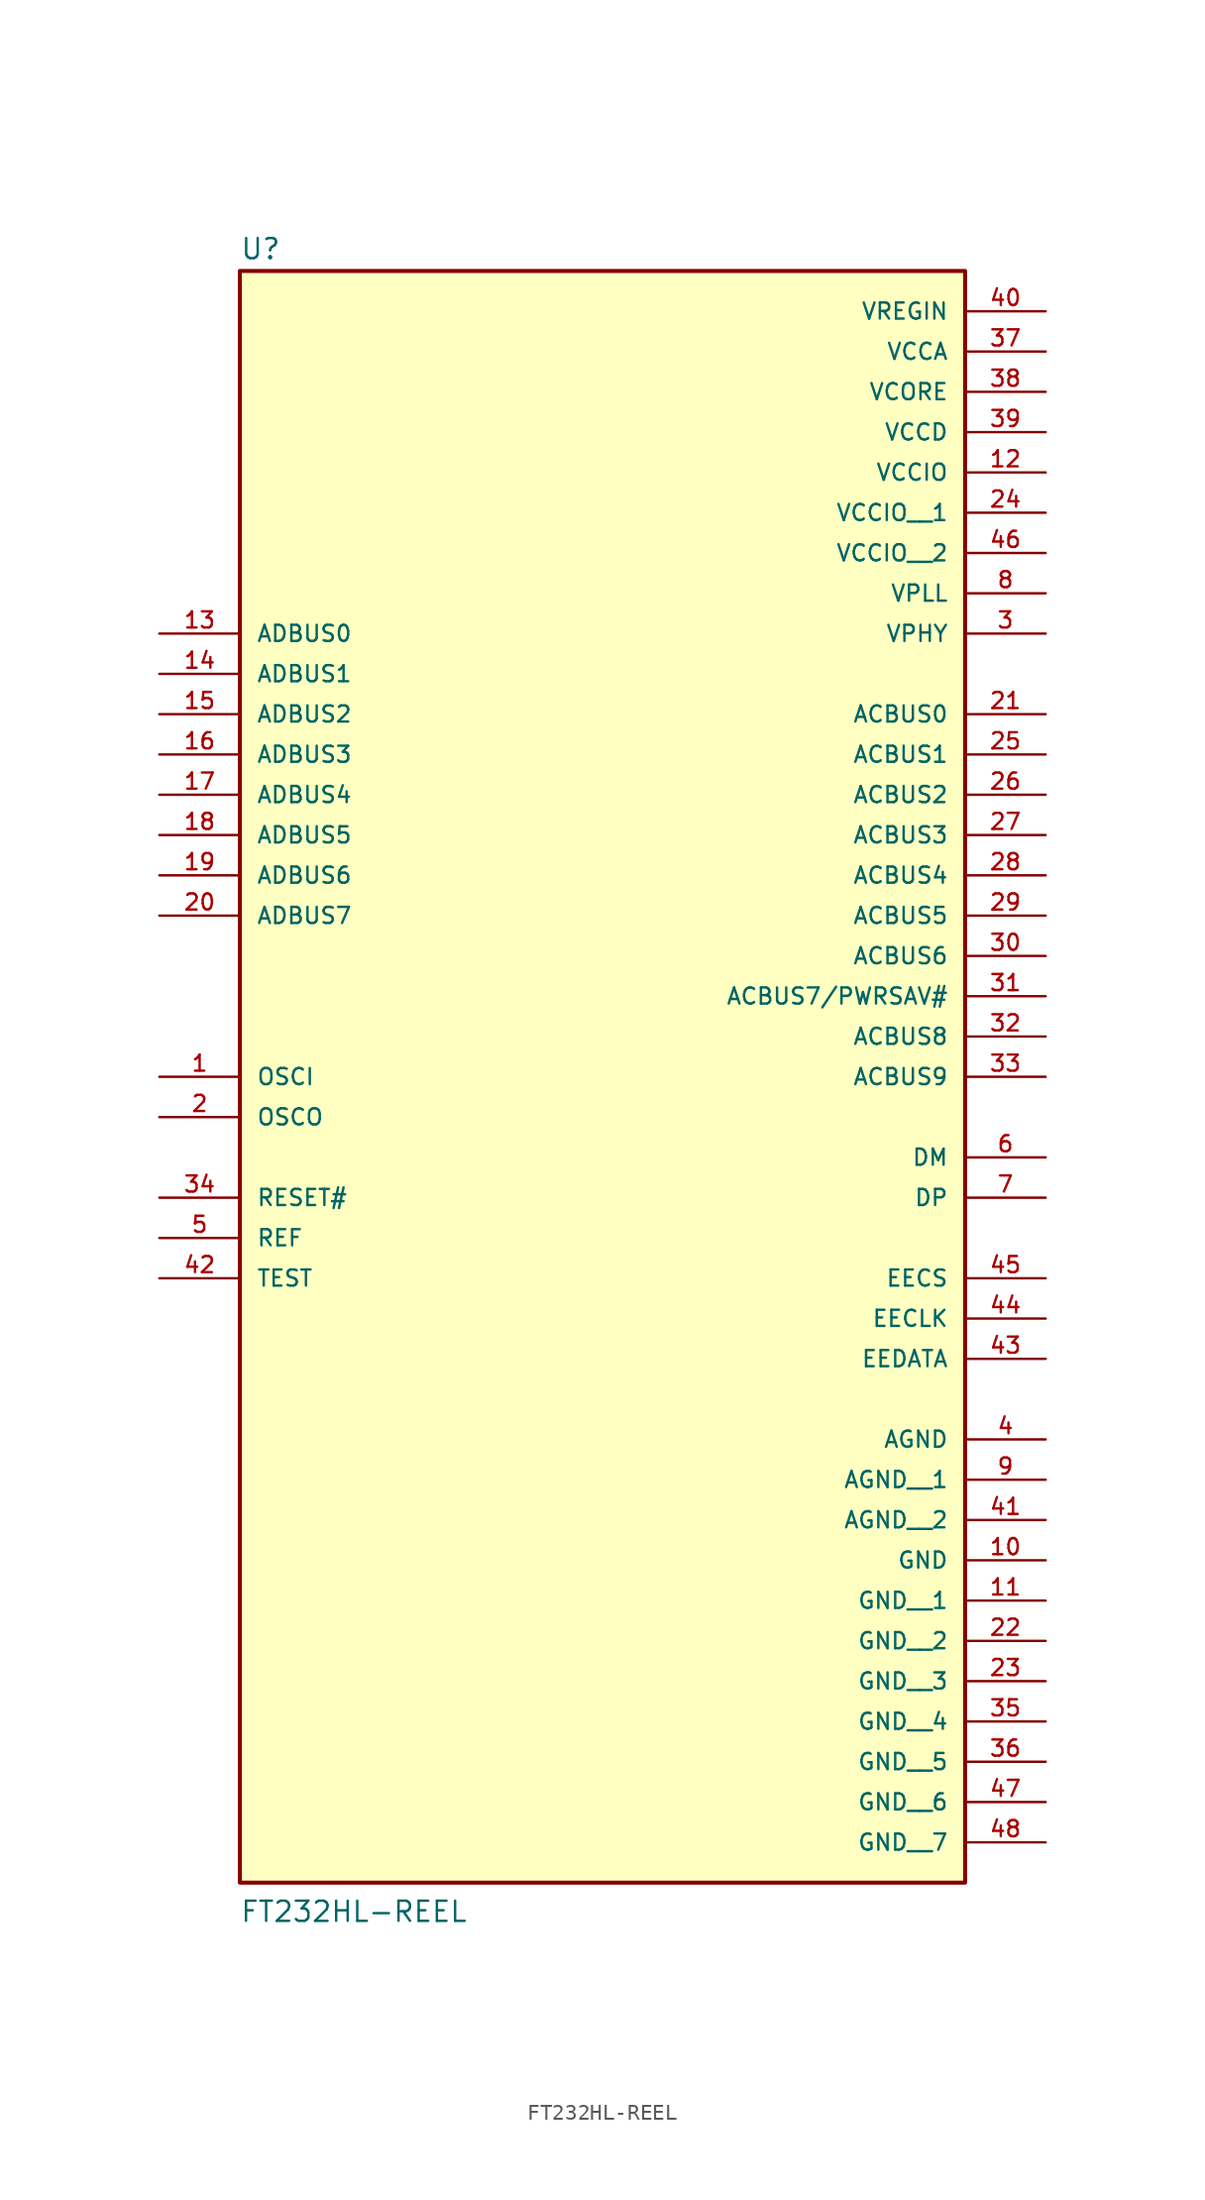
<source format=kicad_sym>
(kicad_symbol_lib
  (version 20211014)
  (generator kicad_symbol_editor)
  (symbol "FT232HL-REEL"
    (pin_names
      (offset 1.016))
    (property "Reference" "U"
      (at -22.866 36.205 0)
      (effects (font (size 1.27 1.27)) (justify bottom left)))
    (property "Value" "FT232HL-REEL"
      (at -22.878 -68.612 0)
      (effects (font (size 1.27 1.27)) (justify bottom left)))
    (symbol "FT232HL-REEL_0_0"
      (rectangle (start -22.86 -66.04) (end 22.86 35.56) (stroke (width 0.254)) (fill (type background)))
      (pin bidirectional line (at -27.94 12.7 0) (length 5.08) (name "ADBUS0" (effects (font (size 1.016 1.016)))) (number "13" (effects (font (size 1.016 1.016)))))
      (pin bidirectional line (at -27.94 10.16 0) (length 5.08) (name "ADBUS1" (effects (font (size 1.016 1.016)))) (number "14" (effects (font (size 1.016 1.016)))))
      (pin bidirectional line (at -27.94 7.62 0) (length 5.08) (name "ADBUS2" (effects (font (size 1.016 1.016)))) (number "15" (effects (font (size 1.016 1.016)))))
      (pin bidirectional line (at -27.94 5.08 0) (length 5.08) (name "ADBUS3" (effects (font (size 1.016 1.016)))) (number "16" (effects (font (size 1.016 1.016)))))
      (pin bidirectional line (at -27.94 2.54 0) (length 5.08) (name "ADBUS4" (effects (font (size 1.016 1.016)))) (number "17" (effects (font (size 1.016 1.016)))))
      (pin bidirectional line (at -27.94 0.0 0) (length 5.08) (name "ADBUS5" (effects (font (size 1.016 1.016)))) (number "18" (effects (font (size 1.016 1.016)))))
      (pin bidirectional line (at -27.94 -2.54 0) (length 5.08) (name "ADBUS6" (effects (font (size 1.016 1.016)))) (number "19" (effects (font (size 1.016 1.016)))))
      (pin bidirectional line (at -27.94 -5.08 0) (length 5.08) (name "ADBUS7" (effects (font (size 1.016 1.016)))) (number "20" (effects (font (size 1.016 1.016)))))
      (pin bidirectional line (at 27.94 7.62 180.0) (length 5.08) (name "ACBUS0" (effects (font (size 1.016 1.016)))) (number "21" (effects (font (size 1.016 1.016)))))
      (pin bidirectional line (at 27.94 5.08 180.0) (length 5.08) (name "ACBUS1" (effects (font (size 1.016 1.016)))) (number "25" (effects (font (size 1.016 1.016)))))
      (pin bidirectional line (at 27.94 2.54 180.0) (length 5.08) (name "ACBUS2" (effects (font (size 1.016 1.016)))) (number "26" (effects (font (size 1.016 1.016)))))
      (pin bidirectional line (at 27.94 0.0 180.0) (length 5.08) (name "ACBUS3" (effects (font (size 1.016 1.016)))) (number "27" (effects (font (size 1.016 1.016)))))
      (pin bidirectional line (at 27.94 -2.54 180.0) (length 5.08) (name "ACBUS4" (effects (font (size 1.016 1.016)))) (number "28" (effects (font (size 1.016 1.016)))))
      (pin bidirectional line (at 27.94 -5.08 180.0) (length 5.08) (name "ACBUS5" (effects (font (size 1.016 1.016)))) (number "29" (effects (font (size 1.016 1.016)))))
      (pin bidirectional line (at 27.94 -7.62 180.0) (length 5.08) (name "ACBUS6" (effects (font (size 1.016 1.016)))) (number "30" (effects (font (size 1.016 1.016)))))
      (pin bidirectional line (at 27.94 -10.16 180.0) (length 5.08) (name "ACBUS7/PWRSAV#" (effects (font (size 1.016 1.016)))) (number "31" (effects (font (size 1.016 1.016)))))
      (pin bidirectional line (at 27.94 -12.7 180.0) (length 5.08) (name "ACBUS8" (effects (font (size 1.016 1.016)))) (number "32" (effects (font (size 1.016 1.016)))))
      (pin bidirectional line (at 27.94 -15.24 180.0) (length 5.08) (name "ACBUS9" (effects (font (size 1.016 1.016)))) (number "33" (effects (font (size 1.016 1.016)))))
      (pin power_in line (at 27.94 33.02 180.0) (length 5.08) (name "VREGIN" (effects (font (size 1.016 1.016)))) (number "40" (effects (font (size 1.016 1.016)))))
      (pin power_in line (at 27.94 30.48 180.0) (length 5.08) (name "VCCA" (effects (font (size 1.016 1.016)))) (number "37" (effects (font (size 1.016 1.016)))))
      (pin power_in line (at 27.94 27.94 180.0) (length 5.08) (name "VCORE" (effects (font (size 1.016 1.016)))) (number "38" (effects (font (size 1.016 1.016)))))
      (pin power_in line (at 27.94 25.4 180.0) (length 5.08) (name "VCCD" (effects (font (size 1.016 1.016)))) (number "39" (effects (font (size 1.016 1.016)))))
      (pin power_in line (at 27.94 22.86 180.0) (length 5.08) (name "VCCIO" (effects (font (size 1.016 1.016)))) (number "12" (effects (font (size 1.016 1.016)))))
      (pin power_in line (at 27.94 15.24 180.0) (length 5.08) (name "VPLL" (effects (font (size 1.016 1.016)))) (number "8" (effects (font (size 1.016 1.016)))))
      (pin power_in line (at 27.94 12.7 180.0) (length 5.08) (name "VPHY" (effects (font (size 1.016 1.016)))) (number "3" (effects (font (size 1.016 1.016)))))
      (pin power_in line (at 27.94 -38.1 180.0) (length 5.08) (name "AGND" (effects (font (size 1.016 1.016)))) (number "4" (effects (font (size 1.016 1.016)))))
      (pin power_in line (at 27.94 -45.72 180.0) (length 5.08) (name "GND" (effects (font (size 1.016 1.016)))) (number "10" (effects (font (size 1.016 1.016)))))
      (pin input line (at -27.94 -15.24 0) (length 5.08) (name "OSCI" (effects (font (size 1.016 1.016)))) (number "1" (effects (font (size 1.016 1.016)))))
      (pin output line (at -27.94 -17.78 0) (length 5.08) (name "OSCO" (effects (font (size 1.016 1.016)))) (number "2" (effects (font (size 1.016 1.016)))))
      (pin input line (at -27.94 -25.4 0) (length 5.08) (name "REF" (effects (font (size 1.016 1.016)))) (number "5" (effects (font (size 1.016 1.016)))))
      (pin bidirectional line (at 27.94 -20.32 180.0) (length 5.08) (name "DM" (effects (font (size 1.016 1.016)))) (number "6" (effects (font (size 1.016 1.016)))))
      (pin bidirectional line (at 27.94 -22.86 180.0) (length 5.08) (name "DP" (effects (font (size 1.016 1.016)))) (number "7" (effects (font (size 1.016 1.016)))))
      (pin input line (at -27.94 -27.94 0) (length 5.08) (name "TEST" (effects (font (size 1.016 1.016)))) (number "42" (effects (font (size 1.016 1.016)))))
      (pin input line (at -27.94 -22.86 0) (length 5.08) (name "RESET#" (effects (font (size 1.016 1.016)))) (number "34" (effects (font (size 1.016 1.016)))))
      (pin bidirectional line (at 27.94 -27.94 180.0) (length 5.08) (name "EECS" (effects (font (size 1.016 1.016)))) (number "45" (effects (font (size 1.016 1.016)))))
      (pin output line (at 27.94 -30.48 180.0) (length 5.08) (name "EECLK" (effects (font (size 1.016 1.016)))) (number "44" (effects (font (size 1.016 1.016)))))
      (pin bidirectional line (at 27.94 -33.02 180.0) (length 5.08) (name "EEDATA" (effects (font (size 1.016 1.016)))) (number "43" (effects (font (size 1.016 1.016)))))
      (pin power_in line (at 27.94 20.32 180.0) (length 5.08) (name "VCCIO__1" (effects (font (size 1.016 1.016)))) (number "24" (effects (font (size 1.016 1.016)))))
      (pin power_in line (at 27.94 17.78 180.0) (length 5.08) (name "VCCIO__2" (effects (font (size 1.016 1.016)))) (number "46" (effects (font (size 1.016 1.016)))))
      (pin power_in line (at 27.94 -40.64 180.0) (length 5.08) (name "AGND__1" (effects (font (size 1.016 1.016)))) (number "9" (effects (font (size 1.016 1.016)))))
      (pin power_in line (at 27.94 -43.18 180.0) (length 5.08) (name "AGND__2" (effects (font (size 1.016 1.016)))) (number "41" (effects (font (size 1.016 1.016)))))
      (pin power_in line (at 27.94 -48.26 180.0) (length 5.08) (name "GND__1" (effects (font (size 1.016 1.016)))) (number "11" (effects (font (size 1.016 1.016)))))
      (pin power_in line (at 27.94 -50.8 180.0) (length 5.08) (name "GND__2" (effects (font (size 1.016 1.016)))) (number "22" (effects (font (size 1.016 1.016)))))
      (pin power_in line (at 27.94 -53.34 180.0) (length 5.08) (name "GND__3" (effects (font (size 1.016 1.016)))) (number "23" (effects (font (size 1.016 1.016)))))
      (pin power_in line (at 27.94 -55.88 180.0) (length 5.08) (name "GND__4" (effects (font (size 1.016 1.016)))) (number "35" (effects (font (size 1.016 1.016)))))
      (pin power_in line (at 27.94 -58.42 180.0) (length 5.08) (name "GND__5" (effects (font (size 1.016 1.016)))) (number "36" (effects (font (size 1.016 1.016)))))
      (pin power_in line (at 27.94 -60.96 180.0) (length 5.08) (name "GND__6" (effects (font (size 1.016 1.016)))) (number "47" (effects (font (size 1.016 1.016)))))
      (pin power_in line (at 27.94 -63.5 180.0) (length 5.08) (name "GND__7" (effects (font (size 1.016 1.016)))) (number "48" (effects (font (size 1.016 1.016))))))))
</source>
